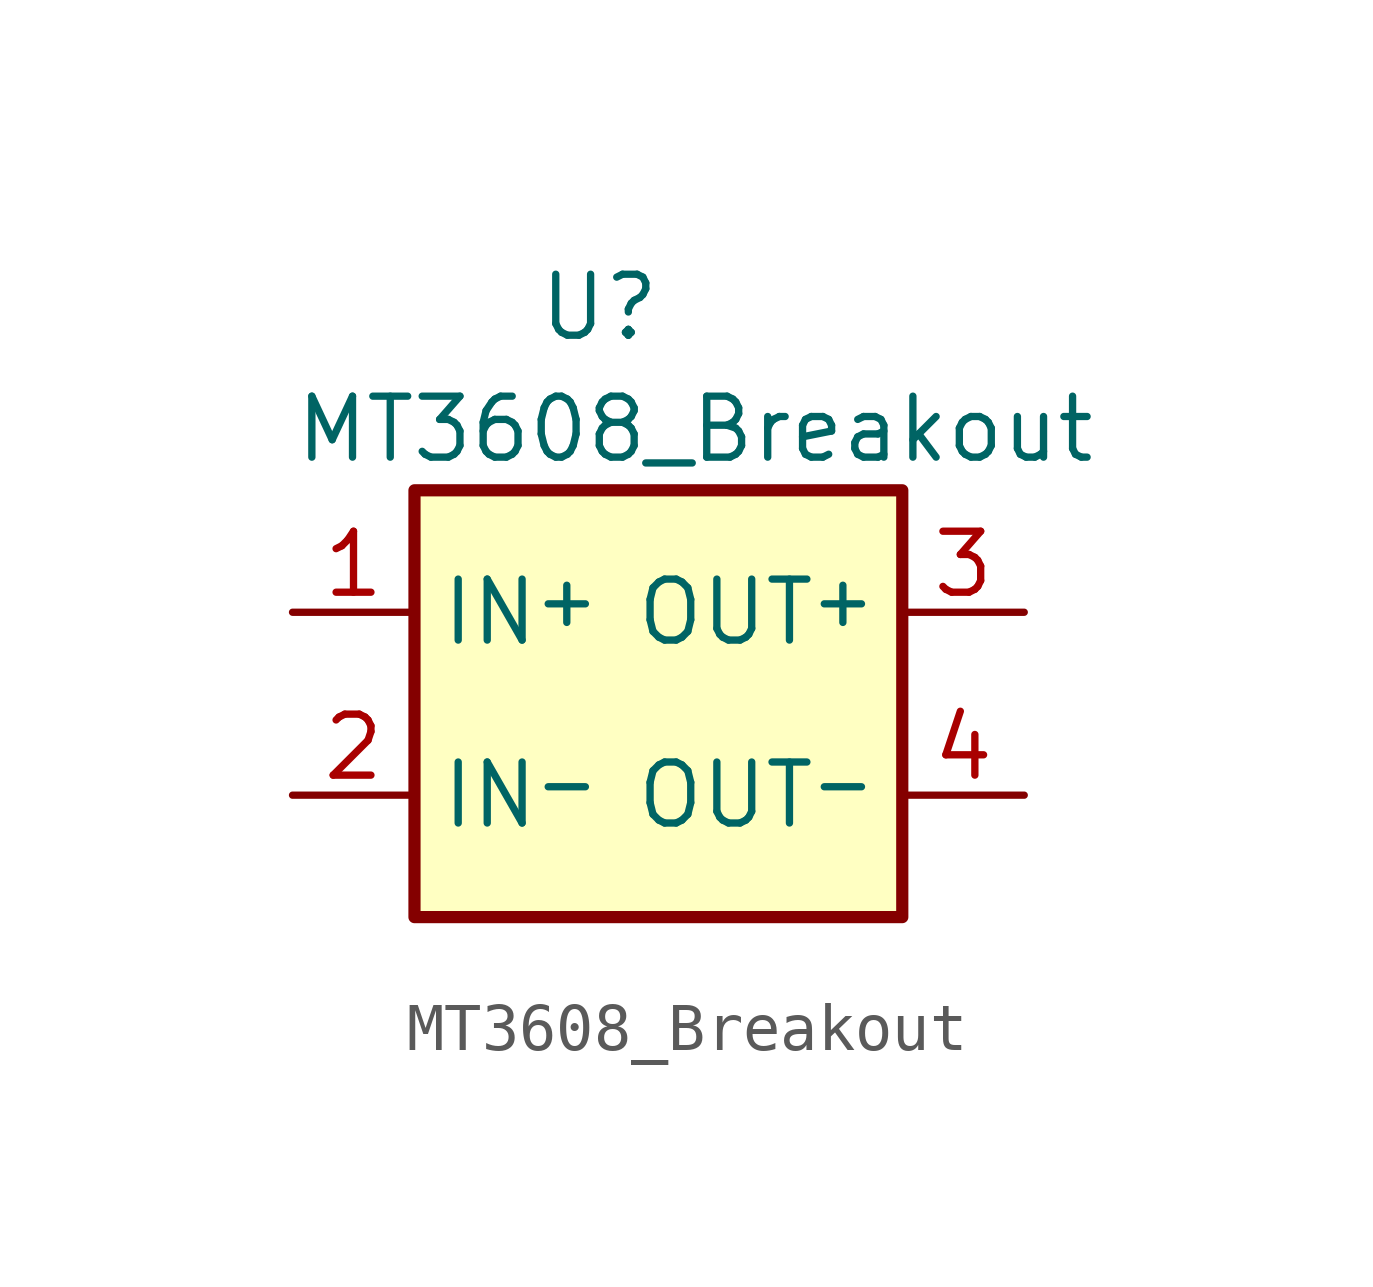
<source format=kicad_sym>
(kicad_symbol_lib
  (version 20211014)
  (generator kicad_symbol_editor)
  (symbol "MT3608_Breakout"
    (property "Reference" "U"
      (at -2.54 8.89 0)
      (effects (font (size 1.27 1.27)) (justify left)))
    (property "Value" "MT3608_Breakout"
      (at -7.62 6.35 0)
      (effects (font (size 1.27 1.27)) (justify left)))
    (symbol "MT3608_Breakout_0_1"
      (rectangle (start -5.08 5.08) (end 5.08 -3.81) (stroke (width 0.254) (type default) (color 0 0 0 0)) (fill (type background))))
    (symbol "MT3608_Breakout_1_1"
      (pin power_in line (at -7.62 2.54 0) (length 2.54) (name "IN^{+}" (effects (font (size 1.27 1.27)))) (number "1" (effects (font (size 1.27 1.27)))))
      (pin power_in line (at -7.62 -1.27 0) (length 2.54) (name "IN^{-}" (effects (font (size 1.27 1.27)))) (number "2" (effects (font (size 1.27 1.27)))))
      (pin power_out line (at 7.62 2.54 180) (length 2.54) (name "OUT^{+}" (effects (font (size 1.27 1.27)))) (number "3" (effects (font (size 1.27 1.27)))))
      (pin power_out line (at 7.62 -1.27 180) (length 2.54) (name "OUT^{-}" (effects (font (size 1.27 1.27)))) (number "4" (effects (font (size 1.27 1.27))))))))
</source>
